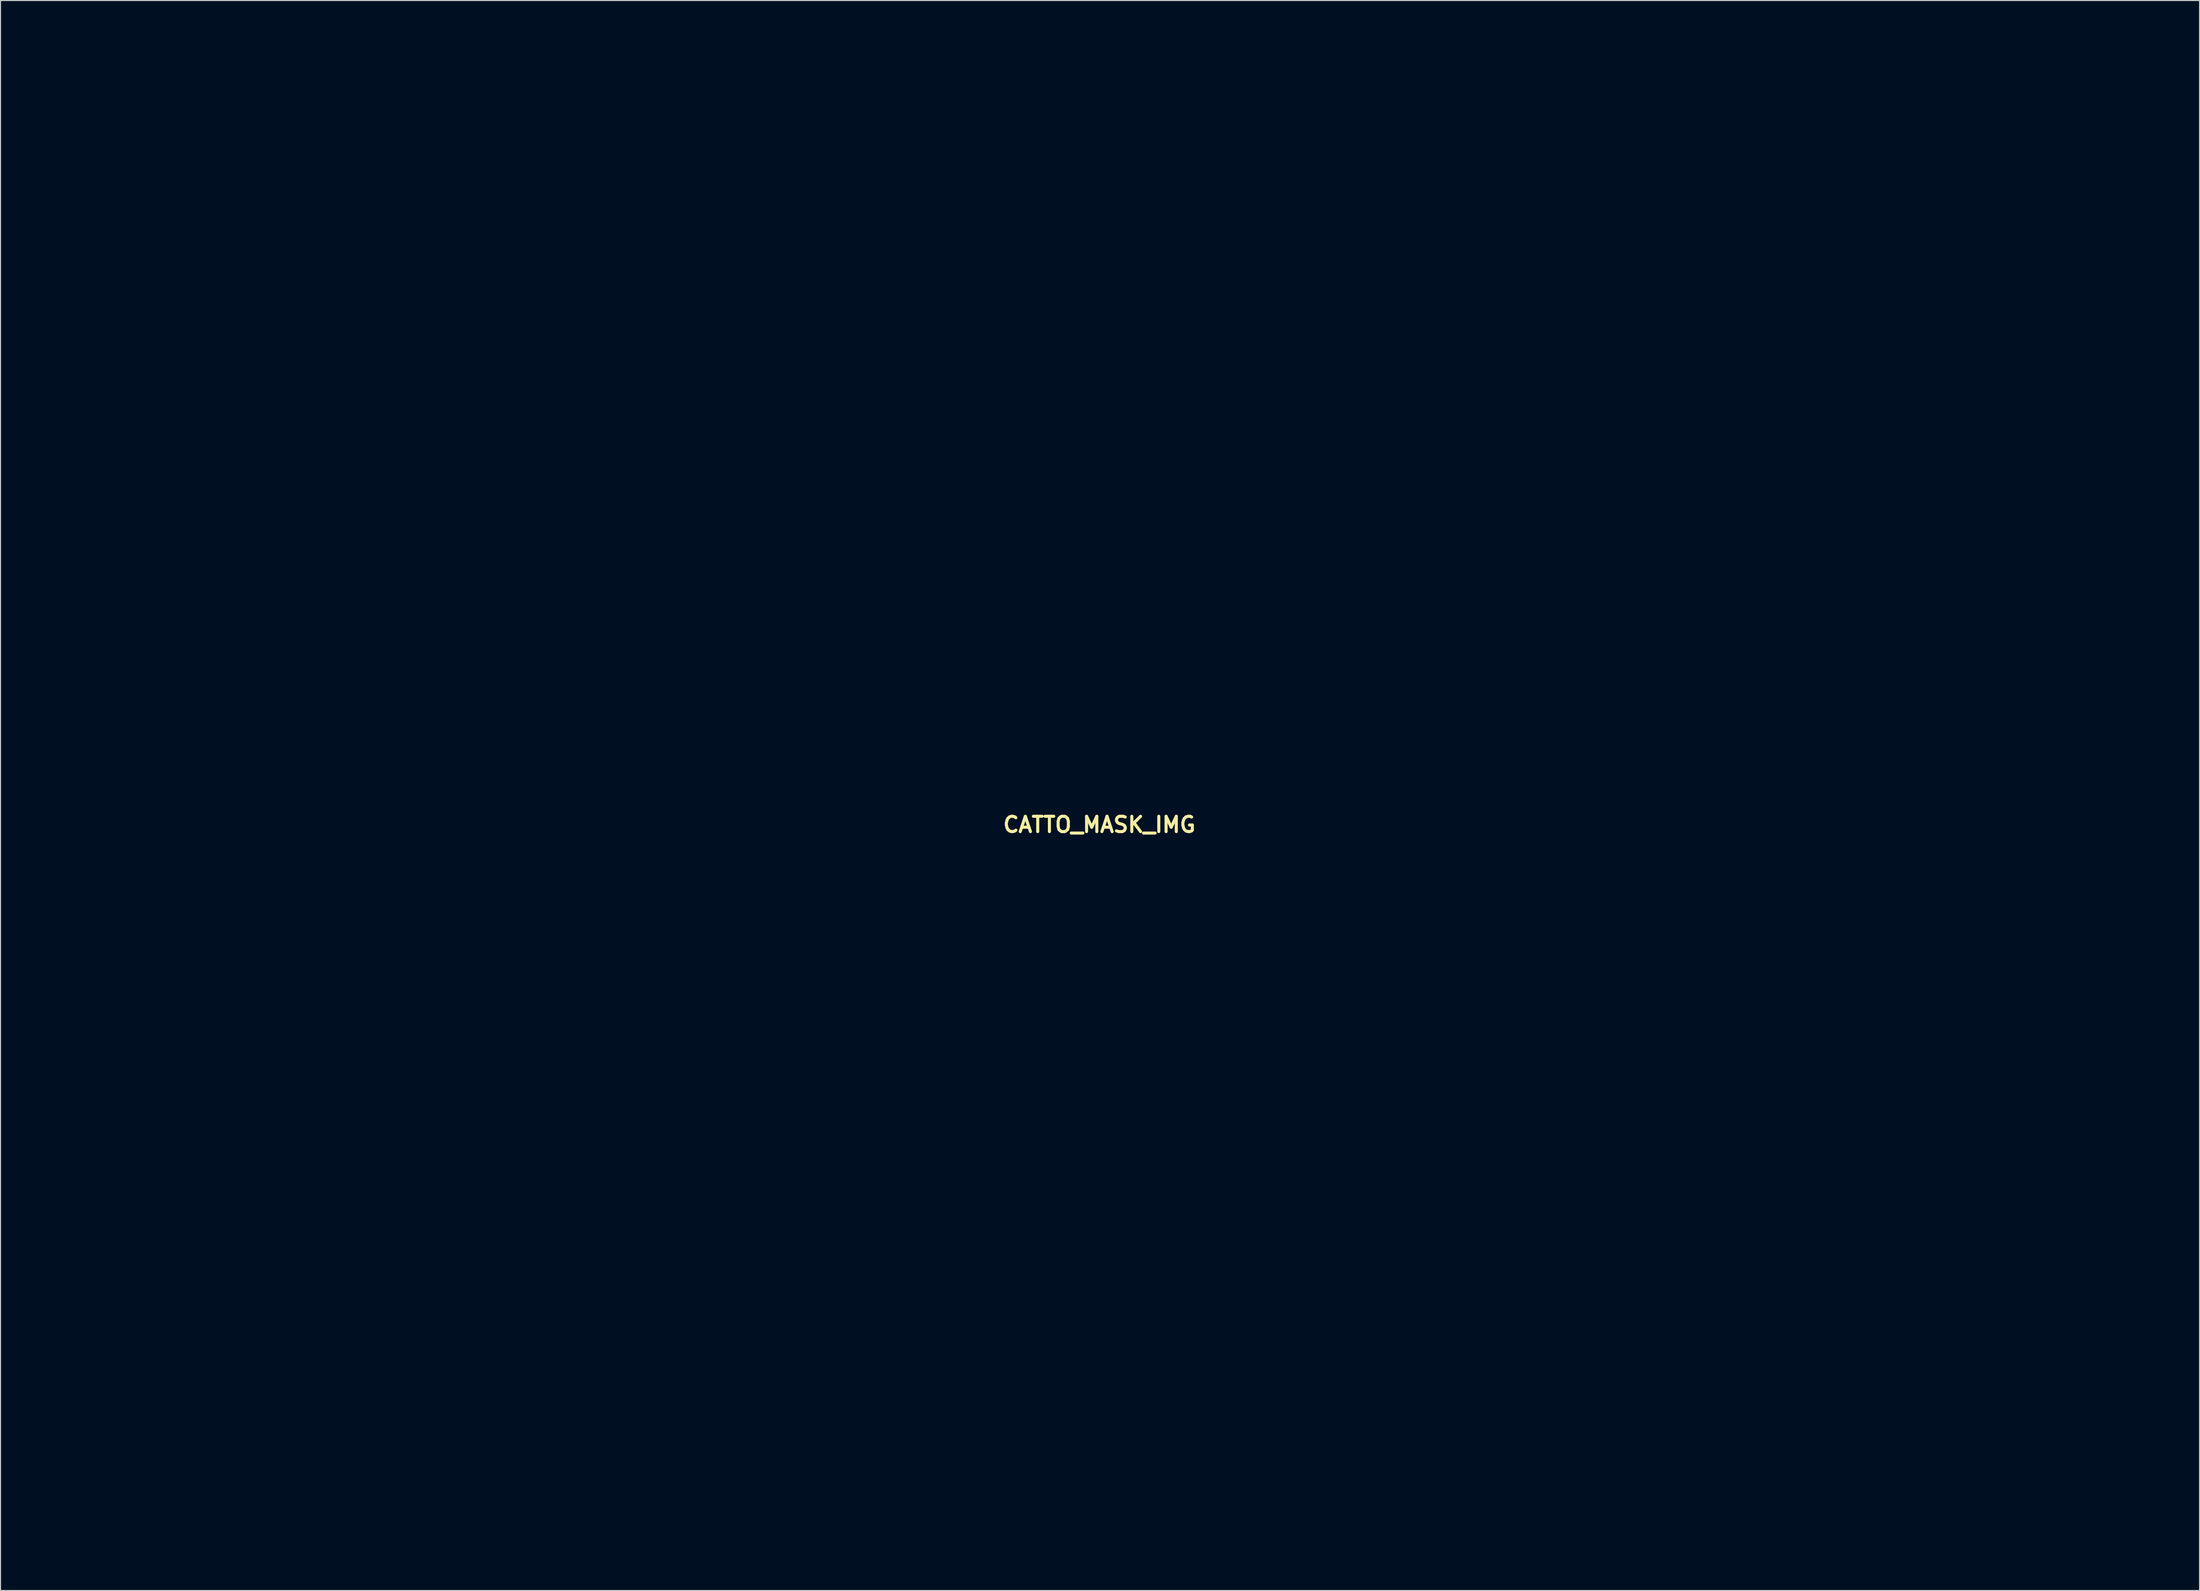
<source format=kicad_pcb>
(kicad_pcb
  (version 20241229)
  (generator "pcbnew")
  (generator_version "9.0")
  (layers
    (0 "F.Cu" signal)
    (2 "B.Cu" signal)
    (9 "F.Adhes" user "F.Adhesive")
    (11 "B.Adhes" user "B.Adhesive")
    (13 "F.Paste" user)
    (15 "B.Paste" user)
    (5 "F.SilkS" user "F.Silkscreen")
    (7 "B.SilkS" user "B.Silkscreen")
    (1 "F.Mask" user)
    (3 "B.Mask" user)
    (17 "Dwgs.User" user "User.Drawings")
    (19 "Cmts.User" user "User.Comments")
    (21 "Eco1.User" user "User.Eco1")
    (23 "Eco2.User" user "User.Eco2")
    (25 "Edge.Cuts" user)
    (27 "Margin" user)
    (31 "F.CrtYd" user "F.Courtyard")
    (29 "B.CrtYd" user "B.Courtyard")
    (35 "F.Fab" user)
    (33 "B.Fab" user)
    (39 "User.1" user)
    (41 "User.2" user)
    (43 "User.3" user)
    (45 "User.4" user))
  (footprint "CATTO_MASK_IMG"
    (layer "F.Cu")
    (at 104.621 77.749)
    (property "Reference" "CATTO_MASK_IMG" (at 0 0 0) (layer "F.SilkS") (effects (font (size 1.5 1.5) (thickness 0.3))))
    (attr board_only exclude_from_pos_files exclude_from_bom)
    (fp_poly (pts (xy 103.965 -67.324) (xy 104.223 -66.964) (xy 104.255 -66.795) (xy 104.171 -66.092) (xy 103.798 -65.56) (xy 103.356 -65.391) (xy 102.909 -65.581) (xy 102.693 -65.782) (xy 102.468 -66.35) (xy 102.457 -66.795) (xy 102.645 -67.253) (xy 103.136 -67.411) (xy 103.356 -67.418)) (stroke (width 0) (type solid)) (fill yes) (layer "F.Mask"))
    (fp_poly (pts (xy 103.706 -76.894) (xy 104.274 -76.498) (xy 104.504 -76.202) (xy 104.651 -75.795) (xy 104.73 -75.164) (xy 104.755 -74.199) (xy 104.747 -73.053) (xy 104.724 -71.762) (xy 104.682 -70.914) (xy 104.601 -70.413) (xy 104.46 -70.159) (xy 104.241 -70.058) (xy 104.117 -70.036) (xy 103.472 -70.203) (xy 103.074 -70.642) (xy 102.791 -71.324) (xy 102.662 -72.333) (xy 102.65 -73.226) (xy 102.638 -74.31) (xy 102.545 -74.912) (xy 102.344 -75.083) (xy 102.013 -74.88) (xy 101.924 -74.795) (xy 101.519 -74.576) (xy 101.268 -74.768) (xy 101.227 -75.25) (xy 101.432 -75.866) (xy 102.071 -76.66) (xy 102.869 -77.012)) (stroke (width 0) (type solid)) (fill yes) (layer "F.Mask"))
    (fp_poly (pts (xy -75.008 -41.322) (xy -74.585 -41.005) (xy -74.222 -40.585) (xy -73.699 -39.991) (xy -73.606 -39.885) (xy -73.142 -39.241) (xy -73.028 -38.613) (xy -73.089 -38.129) (xy -73.525 -36.675) (xy -74.324 -34.959) (xy -75.435 -33.064) (xy -76.804 -31.072) (xy -78.381 -29.066) (xy -79.894 -27.359) (xy -80.712 -26.519) (xy -81.304 -26.011) (xy -81.794 -25.756) (xy -82.305 -25.674) (xy -82.479 -25.67) (xy -83.259 -25.771) (xy -83.716 -26.13) (xy -83.806 -26.278) (xy -84.011 -26.971) (xy -84.13 -28.02) (xy -84.16 -29.249) (xy -84.1 -30.482) (xy -83.947 -31.54) (xy -83.885 -31.791) (xy -83.412 -32.914) (xy -82.594 -34.281) (xy -81.505 -35.793) (xy -80.218 -37.349) (xy -78.804 -38.85) (xy -78.479 -39.166) (xy -77.251 -40.285) (xy -76.298 -41.001) (xy -75.569 -41.338)) (stroke (width 0) (type solid)) (fill yes) (layer "F.Mask"))
    (fp_poly (pts (xy 42.411 -47.765) (xy 43.038 -47.27) (xy 43.464 -46.303) (xy 43.596 -45.612) (xy 43.65 -45.043) (xy 43.638 -44.499) (xy 43.534 -43.903) (xy 43.313 -43.181) (xy 42.947 -42.258) (xy 42.411 -41.058) (xy 41.68 -39.507) (xy 40.982 -38.058) (xy 40.134 -36.341) (xy 39.434 -35.024) (xy 38.822 -34.007) (xy 38.236 -33.191) (xy 37.617 -32.478) (xy 37.461 -32.316) (xy 36.639 -31.517) (xy 36.029 -31.053) (xy 35.501 -30.844) (xy 35.058 -30.804) (xy 34.195 -30.966) (xy 33.683 -31.298) (xy 33.334 -32.047) (xy 33.234 -33.17) (xy 33.367 -34.571) (xy 33.719 -36.151) (xy 34.273 -37.816) (xy 34.993 -39.428) (xy 35.719 -40.725) (xy 36.625 -42.159) (xy 37.629 -43.618) (xy 38.649 -44.988) (xy 39.604 -46.158) (xy 40.413 -47.016) (xy 40.689 -47.256) (xy 41.616 -47.767)) (stroke (width 0) (type solid)) (fill yes) (layer "F.Mask"))
    (fp_poly (pts (xy 75.249 -71.487) (xy 75.554 -71.311) (xy 75.825 -70.882) (xy 75.844 -70.209) (xy 75.597 -69.234) (xy 75.073 -67.898) (xy 74.633 -66.928) (xy 73.568 -64.655) (xy 75.357 -64.35) (xy 76.351 -64.193) (xy 77.569 -64.019) (xy 78.871 -63.846) (xy 80.117 -63.691) (xy 81.168 -63.572) (xy 81.883 -63.507) (xy 82.051 -63.5) (xy 82.497 -63.313) (xy 82.966 -62.897) (xy 83.22 -62.47) (xy 83.226 -62.419) (xy 83.021 -62.003) (xy 82.568 -61.58) (xy 82.111 -61.369) (xy 82.058 -61.369) (xy 81.677 -61.422) (xy 80.882 -61.543) (xy 79.792 -61.713) (xy 78.632 -61.898) (xy 76.446 -62.251) (xy 74.733 -62.534) (xy 73.434 -62.759) (xy 72.488 -62.94) (xy 71.835 -63.088) (xy 71.414 -63.217) (xy 71.166 -63.339) (xy 71.029 -63.468) (xy 71.002 -63.508) (xy 71.03 -63.877) (xy 71.267 -64.617) (xy 71.664 -65.625) (xy 72.173 -66.797) (xy 72.744 -68.029) (xy 73.33 -69.217) (xy 73.882 -70.257) (xy 74.351 -71.046) (xy 74.689 -71.48) (xy 74.758 -71.526)) (stroke (width 0) (type solid)) (fill yes) (layer "F.Mask"))
    (fp_poly (pts (xy 96.451 -75.437) (xy 97.438 -74.956) (xy 97.547 -74.878) (xy 97.857 -74.618) (xy 98.049 -74.321) (xy 98.146 -73.869) (xy 98.169 -73.14) (xy 98.142 -72.013) (xy 98.133 -71.751) (xy 98.106 -70.475) (xy 98.138 -69.62) (xy 98.243 -69.069) (xy 98.435 -68.704) (xy 98.504 -68.622) (xy 98.798 -68.085) (xy 98.804 -67.698) (xy 98.428 -67.35) (xy 97.829 -67.313) (xy 97.208 -67.566) (xy 96.887 -67.884) (xy 96.589 -68.211) (xy 96.466 -68.154) (xy 96.24 -67.913) (xy 95.694 -67.832) (xy 95.028 -67.918) (xy 94.594 -68.083) (xy 94.146 -68.511) (xy 93.777 -69.142) (xy 93.595 -69.782) (xy 93.641 -70.084) (xy 95.115 -70.084) (xy 95.268 -69.818) (xy 95.619 -69.361) (xy 96.01 -68.906) (xy 96.281 -68.646) (xy 96.31 -68.635) (xy 96.324 -68.882) (xy 96.341 -69.527) (xy 96.356 -70.391) (xy 96.381 -72.147) (xy 95.748 -71.216) (xy 95.353 -70.59) (xy 95.132 -70.155) (xy 95.115 -70.084) (xy 93.641 -70.084) (xy 93.687 -70.388) (xy 93.908 -70.911) (xy 94.409 -71.718) (xy 95.053 -72.432) (xy 95.712 -72.94) (xy 96.262 -73.13) (xy 96.388 -73.108) (xy 96.681 -73.145) (xy 96.688 -73.402) (xy 96.484 -73.821) (xy 95.984 -74.183) (xy 95.075 -74.565) (xy 94.98 -74.599) (xy 94.445 -74.815) (xy 94.368 -74.997) (xy 94.695 -75.28) (xy 94.71 -75.291) (xy 95.486 -75.557)) (stroke (width 0) (type solid)) (fill yes) (layer "F.Mask"))
    (fp_poly (pts (xy 83.161 -77.595) (xy 83.355 -76.909) (xy 83.453 -75.695) (xy 83.456 -73.952) (xy 83.39 -72.169) (xy 83.282 -70.257) (xy 83.167 -68.823) (xy 83.033 -67.804) (xy 82.867 -67.138) (xy 82.657 -66.763) (xy 82.39 -66.616) (xy 82.282 -66.607) (xy 82.093 -66.615) (xy 81.937 -66.682) (xy 81.788 -66.879) (xy 81.619 -67.275) (xy 81.403 -67.939) (xy 81.114 -68.94) (xy 80.726 -70.349) (xy 80.408 -71.517) (xy 80.105 -72.564) (xy 79.789 -73.564) (xy 79.488 -74.435) (xy 79.233 -75.101) (xy 79.054 -75.483) (xy 78.98 -75.501) (xy 79.033 -75.119) (xy 79.098 -74.599) (xy 79.177 -73.667) (xy 79.26 -72.448) (xy 79.338 -71.071) (xy 79.346 -70.91) (xy 79.407 -69.048) (xy 79.375 -67.711) (xy 79.252 -66.893) (xy 79.034 -66.587) (xy 78.722 -66.785) (xy 78.716 -66.793) (xy 78.617 -67.167) (xy 78.513 -67.989) (xy 78.412 -69.167) (xy 78.323 -70.609) (xy 78.257 -72.111) (xy 78.198 -73.872) (xy 78.169 -75.162) (xy 78.173 -76.045) (xy 78.213 -76.591) (xy 78.292 -76.865) (xy 78.414 -76.935) (xy 78.482 -76.919) (xy 78.925 -76.927) (xy 79.055 -77.04) (xy 79.351 -77.15) (xy 79.766 -76.797) (xy 80.263 -76.031) (xy 80.804 -74.908) (xy 81.058 -74.28) (xy 81.437 -73.247) (xy 81.722 -72.368) (xy 81.866 -71.794) (xy 81.874 -71.705) (xy 81.954 -71.401) (xy 82.05 -71.422) (xy 82.135 -71.748) (xy 82.229 -72.497) (xy 82.32 -73.553) (xy 82.388 -74.62) (xy 82.499 -76.143) (xy 82.639 -77.174) (xy 82.806 -77.692) (xy 82.872 -77.749)) (stroke (width 0) (type solid)) (fill yes) (layer "F.Mask"))
    (fp_poly (pts (xy 86.299 -72.334) (xy 86.565 -71.967) (xy 86.724 -71.419) (xy 86.734 -71.26) (xy 86.838 -70.7) (xy 87.089 -69.944) (xy 87.144 -69.808) (xy 87.436 -69.203) (xy 87.679 -69.029) (xy 87.975 -69.192) (xy 88.338 -69.629) (xy 88.797 -70.358) (xy 89.061 -70.846) (xy 89.488 -71.572) (xy 89.88 -72.044) (xy 90.066 -72.147) (xy 90.634 -71.91) (xy 91.004 -71.327) (xy 91.065 -70.944) (xy 91.111 -70.653) (xy 91.298 -70.726) (xy 91.706 -71.201) (xy 91.76 -71.269) (xy 92.291 -71.823) (xy 92.767 -72.127) (xy 92.871 -72.147) (xy 93.158 -71.941) (xy 93.128 -71.358) (xy 92.794 -70.447) (xy 92.169 -69.257) (xy 92.022 -69.009) (xy 91.531 -68.105) (xy 91.185 -67.295) (xy 91.062 -66.782) (xy 90.968 -65.971) (xy 90.723 -64.862) (xy 90.384 -63.654) (xy 90.004 -62.55) (xy 89.719 -61.895) (xy 89.043 -60.848) (xy 88.308 -60.169) (xy 87.587 -59.902) (xy 86.955 -60.092) (xy 86.851 -60.183) (xy 86.571 -60.645) (xy 86.534 -61.163) (xy 87.595 -61.163) (xy 87.717 -61.11) (xy 87.977 -61.377) (xy 88.309 -61.89) (xy 88.648 -62.574) (xy 88.758 -62.845) (xy 89.009 -63.579) (xy 89.123 -64.077) (xy 89.112 -64.189) (xy 88.927 -64.056) (xy 88.607 -63.577) (xy 88.233 -62.901) (xy 87.89 -62.177) (xy 87.676 -61.611) (xy 87.595 -61.163) (xy 86.534 -61.163) (xy 86.522 -61.34) (xy 86.574 -61.835) (xy 86.684 -62.437) (xy 86.873 -63.043) (xy 87.187 -63.748) (xy 87.672 -64.649) (xy 88.375 -65.842) (xy 88.996 -66.862) (xy 89.708 -68.242) (xy 89.974 -69.332) (xy 89.976 -69.429) (xy 89.97 -70.39) (xy 89.007 -69.242) (xy 88.305 -68.484) (xy 87.78 -68.156) (xy 87.33 -68.225) (xy 86.916 -68.587) (xy 86.638 -69.082) (xy 86.365 -69.861) (xy 86.137 -70.753) (xy 85.994 -71.583) (xy 85.977 -72.179) (xy 86.039 -72.348)) (stroke (width 0) (type solid)) (fill yes) (layer "F.Mask"))
    (fp_poly (pts (xy -53.501 -54.805) (xy -50.308 -54.653) (xy -47.385 -54.374) (xy -44.853 -53.973) (xy -44.606 -53.921) (xy -39.347 -52.568) (xy -34.453 -50.818) (xy -29.919 -48.667) (xy -25.739 -46.113) (xy -21.908 -43.151) (xy -18.423 -39.781) (xy -15.411 -36.176) (xy -14.111 -34.245) (xy -12.769 -31.872) (xy -11.422 -29.15) (xy -10.109 -26.173) (xy -8.865 -23.034) (xy -7.73 -19.826) (xy -6.74 -16.641) (xy -5.933 -13.574) (xy -5.531 -11.721) (xy -4.895 -7.139) (xy -4.739 -2.406) (xy -5.056 2.395) (xy -5.842 7.178) (xy -7.09 11.86) (xy -7.228 12.281) (xy -7.879 14.047) (xy -8.742 16.101) (xy -9.744 18.287) (xy -10.809 20.452) (xy -11.865 22.439) (xy -12.836 24.093) (xy -12.98 24.319) (xy -14.433 26.364) (xy -16.234 28.586) (xy -18.272 30.869) (xy -20.441 33.101) (xy -22.63 35.168) (xy -24.731 36.955) (xy -25.965 37.889) (xy -28.424 39.509) (xy -31.167 41.08) (xy -34.053 42.536) (xy -36.94 43.807) (xy -39.686 44.826) (xy -41.605 45.394) (xy -44.711 46.045) (xy -48.156 46.519) (xy -51.766 46.803) (xy -55.364 46.883) (xy -58.776 46.746) (xy -58.968 46.731) (xy -63.383 46.166) (xy -67.975 45.192) (xy -72.611 43.845) (xy -77.161 42.16) (xy -79.411 41.18) (xy -82.313 39.613) (xy -85.256 37.589) (xy -88.175 35.179) (xy -91.005 32.456) (xy -93.681 29.493) (xy -96.138 26.36) (xy -98.31 23.132) (xy -100.134 19.88) (xy -101.545 16.676) (xy -101.625 16.46) (xy -102.757 12.954) (xy -103.606 9.383) (xy -104.187 5.636) (xy -104.52 1.602) (xy -104.621 -2.297) (xy -104.604 -2.897) (xy -101.977 -2.897) (xy -101.905 1.117) (xy -101.599 4.957) (xy -101.051 8.535) (xy -100.647 10.342) (xy -99.438 14.401) (xy -97.917 18.152) (xy -96.034 21.684) (xy -93.739 25.082) (xy -90.983 28.436) (xy -89.522 30.014) (xy -87.468 32.053) (xy -85.371 33.945) (xy -83.336 35.6) (xy -81.47 36.927) (xy -80.961 37.246) (xy -78.587 38.522) (xy -75.787 39.753) (xy -72.676 40.903) (xy -69.37 41.932) (xy -65.984 42.805) (xy -62.631 43.485) (xy -60.889 43.756) (xy -59.565 43.877) (xy -57.834 43.944) (xy -55.82 43.962) (xy -53.644 43.933) (xy -51.428 43.862) (xy -49.293 43.751) (xy -47.362 43.606) (xy -45.756 43.428) (xy -44.828 43.275) (xy -40.751 42.196) (xy -36.613 40.647) (xy -32.518 38.673) (xy -28.57 36.317) (xy -28.363 36.18) (xy -27.059 35.22) (xy -25.51 33.933) (xy -23.811 32.41) (xy -22.06 30.744) (xy -20.351 29.026) (xy -18.782 27.348) (xy -17.448 25.803) (xy -17.232 25.535) (xy -15.643 23.328) (xy -14.052 20.724) (xy -12.53 17.859) (xy -11.149 14.873) (xy -9.979 11.903) (xy -9.517 10.538) (xy -8.397 6.283) (xy -7.682 1.9) (xy -7.38 -2.498) (xy -7.5 -6.799) (xy -8.008 -10.673) (xy -8.585 -13.299) (xy -9.377 -16.248) (xy -10.335 -19.37) (xy -11.41 -22.516) (xy -12.552 -25.539) (xy -13.712 -28.288) (xy -14.191 -29.323) (xy -16.175 -32.874) (xy -18.633 -36.263) (xy -21.51 -39.441) (xy -24.751 -42.365) (xy -28.304 -44.986) (xy -32.112 -47.261) (xy -36.123 -49.141) (xy -38.64 -50.074) (xy -42.584 -51.246) (xy -46.486 -52.103) (xy -50.44 -52.651) (xy -54.54 -52.9) (xy -58.876 -52.855) (xy -63.544 -52.525) (xy -65.793 -52.283) (xy -68.954 -51.841) (xy -71.694 -51.288) (xy -74.127 -50.586) (xy -76.369 -49.697) (xy -78.533 -48.581) (xy -80.653 -47.256) (xy -82.9 -45.559) (xy -85.261 -43.442) (xy -87.661 -40.989) (xy -90.026 -38.285) (xy -92.283 -35.418) (xy -94.358 -32.472) (xy -96.177 -29.534) (xy -96.675 -28.643) (xy -97.993 -25.82) (xy -99.139 -22.569) (xy -100.104 -18.975) (xy -100.879 -15.124) (xy -101.455 -11.104) (xy -101.824 -6.999) (xy -101.977 -2.897) (xy -104.604 -2.897) (xy -104.484 -7.284) (xy -104.046 -12.127) (xy -103.321 -16.76) (xy -102.322 -21.116) (xy -101.062 -25.128) (xy -99.555 -28.729) (xy -99.292 -29.261) (xy -98.038 -31.518) (xy -96.473 -33.972) (xy -94.675 -36.527) (xy -92.72 -39.086) (xy -90.686 -41.552) (xy -88.649 -43.828) (xy -86.686 -45.819) (xy -84.874 -47.427) (xy -84.74 -47.535) (xy -82.89 -48.907) (xy -81.002 -50.127) (xy -79.206 -51.118) (xy -77.631 -51.804) (xy -77.441 -51.869) (xy -75.891 -52.317) (xy -73.927 -52.783) (xy -71.675 -53.244) (xy -69.26 -53.677) (xy -66.809 -54.059) (xy -64.445 -54.366) (xy -63.483 -54.469) (xy -60.211 -54.717) (xy -56.843 -54.828)) (stroke (width 0) (type solid)) (fill yes) (layer "F.Mask"))
    (fp_poly (pts (xy 62.004 -60.152) (xy 65.78 -59.339) (xy 69.497 -58.015) (xy 73.179 -56.171) (xy 76.851 -53.801) (xy 79.037 -52.141) (xy 81.301 -50.102) (xy 83.606 -47.611) (xy 85.904 -44.748) (xy 88.149 -41.594) (xy 90.294 -38.228) (xy 92.29 -34.732) (xy 94.092 -31.186) (xy 95.651 -27.671) (xy 96.92 -24.267) (xy 97.853 -21.055) (xy 98.195 -19.455) (xy 98.816 -14.725) (xy 98.998 -9.752) (xy 98.742 -4.607) (xy 98.048 0.64) (xy 97.831 1.829) (xy 97.364 3.856) (xy 96.691 6.215) (xy 95.86 8.767) (xy 94.924 11.368) (xy 93.93 13.876) (xy 92.931 16.151) (xy 92.336 17.372) (xy 90.224 20.916) (xy 87.598 24.309) (xy 84.455 27.555) (xy 80.794 30.655) (xy 77.435 33.068) (xy 74.076 35.132) (xy 70.788 36.81) (xy 67.639 38.065) (xy 66.023 38.553) (xy 65.059 38.796) (xy 64.183 38.979) (xy 63.287 39.111) (xy 62.264 39.205) (xy 61.007 39.268) (xy 59.408 39.312) (xy 57.69 39.342) (xy 55.082 39.359) (xy 52.942 39.322) (xy 51.2 39.228) (xy 49.789 39.074) (xy 49.584 39.043) (xy 47.286 38.637) (xy 45.117 38.158) (xy 42.847 37.55) (xy 41.072 37.018) (xy 39.848 36.655) (xy 38.703 36.343) (xy 37.811 36.128) (xy 37.509 36.071) (xy 36.269 35.661) (xy 34.844 34.798) (xy 33.276 33.525) (xy 31.607 31.879) (xy 29.879 29.9) (xy 28.132 27.629) (xy 27.139 26.211) (xy 24.63 22.063) (xy 22.438 17.515) (xy 20.581 12.619) (xy 19.078 7.424) (xy 17.947 1.982) (xy 17.678 0.27) (xy 17.521 -0.931) (xy 17.411 -2.126) (xy 17.345 -3.423) (xy 17.318 -4.928) (xy 17.328 -6.749) (xy 17.357 -8.241) (xy 19.517 -8.241) (xy 19.544 -5.349) (xy 19.552 -5.134) (xy 19.862 -1.159) (xy 20.43 2.88) (xy 21.226 6.824) (xy 22.22 10.511) (xy 22.941 12.649) (xy 23.575 14.214) (xy 24.354 15.896) (xy 25.236 17.623) (xy 26.177 19.325) (xy 27.134 20.932) (xy 28.065 22.374) (xy 28.927 23.581) (xy 29.676 24.483) (xy 30.271 25.008) (xy 30.551 25.114) (xy 30.87 25.317) (xy 31.456 25.862) (xy 32.236 26.676) (xy 33.134 27.681) (xy 33.457 28.058) (xy 34.953 29.769) (xy 36.245 31.108) (xy 37.431 32.15) (xy 38.61 32.97) (xy 39.879 33.643) (xy 41.339 34.244) (xy 41.759 34.397) (xy 43.93 35.073) (xy 46.431 35.691) (xy 49.049 36.208) (xy 51.572 36.581) (xy 53.232 36.737) (xy 54.941 36.845) (xy 56.24 36.917) (xy 57.26 36.952) (xy 58.13 36.951) (xy 58.981 36.914) (xy 59.943 36.841) (xy 60.933 36.752) (xy 63.922 36.345) (xy 66.654 35.67) (xy 69.356 34.663) (xy 70.931 33.935) (xy 74.565 31.945) (xy 78.047 29.628) (xy 81.309 27.047) (xy 84.287 24.26) (xy 86.913 21.331) (xy 89.124 18.318) (xy 90.66 15.672) (xy 91.243 14.405) (xy 91.919 12.747) (xy 92.643 10.829) (xy 93.369 8.782) (xy 94.05 6.738) (xy 94.642 4.827) (xy 95.097 3.18) (xy 95.243 2.574) (xy 96.1 -2.141) (xy 96.568 -6.849) (xy 96.649 -11.476) (xy 96.345 -15.947) (xy 95.657 -20.186) (xy 94.588 -24.118) (xy 94.524 -24.31) (xy 93.887 -25.978) (xy 93.02 -27.975) (xy 91.986 -30.178) (xy 90.845 -32.46) (xy 89.662 -34.698) (xy 88.499 -36.766) (xy 87.418 -38.54) (xy 87.27 -38.769) (xy 85.262 -41.737) (xy 83.391 -44.278) (xy 81.592 -46.463) (xy 79.796 -48.367) (xy 77.938 -50.061) (xy 75.949 -51.618) (xy 74.51 -52.622) (xy 71.36 -54.564) (xy 68.354 -56.053) (xy 65.388 -57.12) (xy 62.358 -57.794) (xy 59.163 -58.103) (xy 55.698 -58.077) (xy 55.259 -58.053) (xy 51.138 -57.595) (xy 47.186 -56.739) (xy 43.472 -55.508) (xy 40.065 -53.924) (xy 37.033 -52.01) (xy 37.019 -52) (xy 35.445 -50.731) (xy 33.747 -49.173) (xy 32.05 -47.454) (xy 30.476 -45.705) (xy 29.15 -44.052) (xy 28.517 -43.15) (xy 27.21 -40.997) (xy 26.028 -38.722) (xy 24.945 -36.254) (xy 23.932 -33.519) (xy 22.964 -30.448) (xy 22.014 -26.967) (xy 21.233 -23.779) (xy 20.693 -21.08) (xy 20.237 -18.011) (xy 19.879 -14.738) (xy 19.634 -11.426) (xy 19.517 -8.241) (xy 17.357 -8.241) (xy 17.371 -8.995) (xy 17.376 -9.187) (xy 17.525 -13.104) (xy 17.793 -16.65) (xy 18.203 -19.984) (xy 18.78 -23.269) (xy 19.549 -26.665) (xy 20.533 -30.332) (xy 20.664 -30.789) (xy 22.106 -35.227) (xy 23.755 -39.21) (xy 25.648 -42.797) (xy 27.824 -46.048) (xy 30.323 -49.022) (xy 33.184 -51.779) (xy 35.877 -53.957) (xy 38.77 -55.82) (xy 42.091 -57.398) (xy 45.805 -58.677) (xy 49.874 -59.644) (xy 54.178 -60.278) (xy 58.145 -60.462)) (stroke (width 0) (type solid)) (fill yes) (layer "F.Mask"))
    (fp_poly (pts (xy 12.762 34.866) (xy 13.123 35.5) (xy 13.24 36) (xy 13.047 36.388) (xy 12.488 37.109) (xy 11.592 38.128) (xy 10.39 39.413) (xy 9.187 40.649) (xy 7.743 42.13) (xy 6.656 43.285) (xy 5.89 44.159) (xy 5.408 44.796) (xy 5.172 45.239) (xy 5.134 45.438) (xy 5.349 46.817) (xy 5.962 48.393) (xy 6.929 50.055) (xy 7.2 50.442) (xy 7.874 51.406) (xy 8.468 52.308) (xy 8.87 52.979) (xy 8.917 53.068) (xy 9.447 53.737) (xy 10.412 54.56) (xy 11.74 55.495) (xy 13.362 56.503) (xy 15.209 57.541) (xy 17.21 58.568) (xy 19.294 59.544) (xy 21.393 60.428) (xy 21.617 60.515) (xy 22.986 61.01) (xy 24.677 61.562) (xy 26.484 62.108) (xy 28.204 62.584) (xy 28.372 62.628) (xy 32.29 63.635) (xy 38.235 63.628) (xy 41.144 63.597) (xy 43.613 63.508) (xy 45.74 63.357) (xy 47.557 63.146) (xy 49.861 62.794) (xy 52.261 62.377) (xy 54.62 61.923) (xy 56.8 61.46) (xy 58.663 61.013) (xy 59.582 60.762) (xy 60.694 60.402) (xy 62.226 59.852) (xy 64.105 59.143) (xy 66.256 58.305) (xy 68.606 57.368) (xy 71.082 56.361) (xy 73.609 55.315) (xy 76.113 54.26) (xy 78.522 53.225) (xy 80.76 52.24) (xy 82.28 51.554) (xy 85.233 50.205) (xy 87.735 49.072) (xy 89.825 48.138) (xy 91.54 47.391) (xy 92.919 46.815) (xy 94 46.398) (xy 94.822 46.123) (xy 95.423 45.977) (xy 95.842 45.947) (xy 96.117 46.016) (xy 96.286 46.172) (xy 96.36 46.321) (xy 96.357 46.797) (xy 95.973 47.334) (xy 95.173 47.96) (xy 93.923 48.704) (xy 92.611 49.385) (xy 90.678 50.321) (xy 88.395 51.383) (xy 85.831 52.542) (xy 83.06 53.766) (xy 80.154 55.026) (xy 77.185 56.291) (xy 74.224 57.532) (xy 71.344 58.717) (xy 68.616 59.817) (xy 66.114 60.8) (xy 63.909 61.638) (xy 62.073 62.3) (xy 61.068 62.634) (xy 58.262 63.429) (xy 55.147 64.148) (xy 51.83 64.776) (xy 48.416 65.3) (xy 45.012 65.708) (xy 41.723 65.986) (xy 38.656 66.121) (xy 35.917 66.1) (xy 34.205 65.98) (xy 31.079 65.527) (xy 27.862 64.826) (xy 24.61 63.905) (xy 21.383 62.794) (xy 18.24 61.521) (xy 15.24 60.116) (xy 12.441 58.607) (xy 9.902 57.023) (xy 7.682 55.393) (xy 5.841 53.746) (xy 4.435 52.112) (xy 3.737 50.98) (xy 3.075 49.673) (xy 2.358 50.757) (xy 1.521 51.925) (xy 0.725 52.863) (xy 0.043 53.494) (xy -0.454 53.744) (xy -0.51 53.744) (xy -0.871 53.903) (xy -1.512 54.372) (xy -2.337 55.076) (xy -3.09 55.781) (xy -5.856 58.155) (xy -9.09 60.364) (xy -12.736 62.368) (xy -13.105 62.549) (xy -16.586 64.143) (xy -20.074 65.559) (xy -23.651 66.821) (xy -27.394 67.951) (xy -31.382 68.971) (xy -35.696 69.903) (xy -40.413 70.771) (xy -44.092 71.367) (xy -45.259 71.533) (xy -46.429 71.666) (xy -47.688 71.771) (xy -49.118 71.852) (xy -50.802 71.913) (xy -52.824 71.958) (xy -55.268 71.993) (xy -56.474 72.005) (xy -58.653 72.023) (xy -60.701 72.033) (xy -62.546 72.035) (xy -64.114 72.031) (xy -65.329 72.019) (xy -66.117 72.001) (xy -66.337 71.988) (xy -67.007 71.93) (xy -68.079 71.841) (xy -69.417 71.733) (xy -70.884 71.616) (xy -71.201 71.591) (xy -73.696 71.341) (xy -76.21 70.99) (xy -78.617 70.56) (xy -80.79 70.077) (xy -82.604 69.562) (xy -83.232 69.341) (xy -84.422 68.865) (xy -85.882 68.246) (xy -87.495 67.536) (xy -89.141 66.792) (xy -90.7 66.066) (xy -92.053 65.414) (xy -93.082 64.889) (xy -93.417 64.703) (xy -94.217 64.153) (xy -95.159 63.378) (xy -96.141 62.478) (xy -97.06 61.554) (xy -97.814 60.705) (xy -98.302 60.034) (xy -98.421 59.773) (xy -98.381 59.152) (xy -98.187 58.877) (xy -97.938 58.795) (xy -97.572 58.941) (xy -97.014 59.367) (xy -96.189 60.121) (xy -95.851 60.446) (xy -94.929 61.319) (xy -94.107 62.033) (xy -93.294 62.643) (xy -92.396 63.207) (xy -91.32 63.778) (xy -89.974 64.413) (xy -88.265 65.168) (xy -87.279 65.594) (xy -84.777 66.638) (xy -82.587 67.472) (xy -80.575 68.127) (xy -78.608 68.637) (xy -76.553 69.035) (xy -74.274 69.354) (xy -71.639 69.627) (xy -70.526 69.724) (xy -68.822 69.836) (xy -66.741 69.92) (xy -64.375 69.978) (xy -61.818 70.009) (xy -59.16 70.016) (xy -56.494 69.997) (xy -53.913 69.954) (xy -51.508 69.888) (xy -49.372 69.799) (xy -47.598 69.687) (xy -46.341 69.563) (xy -43.538 69.16) (xy -40.555 68.663) (xy -37.497 68.095) (xy -34.469 67.477) (xy -31.574 66.831) (xy -28.919 66.18) (xy -26.606 65.546) (xy -24.979 65.033) (xy -20.689 63.486) (xy -16.901 61.948) (xy -13.577 60.399) (xy -10.678 58.821) (xy -8.167 57.193) (xy -6.006 55.495) (xy -5.296 54.853) (xy -4.367 53.935) (xy -3.31 52.814) (xy -2.184 51.562) (xy -1.05 50.252) (xy 0.035 48.954) (xy 1.009 47.741) (xy 1.814 46.684) (xy 2.39 45.854) (xy 2.677 45.324) (xy 2.699 45.225) (xy 2.51 44.761) (xy 2.036 44.128) (xy 1.418 43.474) (xy 0.799 42.948) (xy 0.322 42.698) (xy 0.274 42.694) (xy 0.013 42.472) (xy -0.372 41.904) (xy -0.644 41.41) (xy -1.126 40.564) (xy -1.805 39.497) (xy -2.547 38.418) (xy -2.675 38.241) (xy -3.3 37.353) (xy -3.777 36.613) (xy -4.031 36.138) (xy -4.053 36.054) (xy -3.871 35.653) (xy -3.566 35.311) (xy -3.346 35.176) (xy -2.97 35.063) (xy -2.38 34.965) (xy -1.517 34.877) (xy -0.322 34.795) (xy 1.264 34.712) (xy 3.299 34.624) (xy 4.602 34.573) (xy 12.283 34.275)) (stroke (width 0) (type solid)) (fill yes) (layer "F.Mask")))
  (gr_rect
    (start -3 -3)
    (end 212.376 152.785)
    (stroke (width 0.1) (type default))
    (fill no)
    (layer "Edge.Cuts")))
</source>
